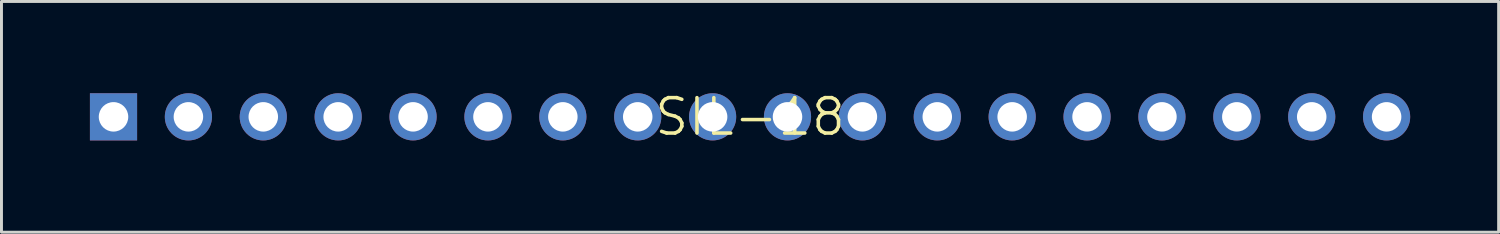
<source format=kicad_pcb>
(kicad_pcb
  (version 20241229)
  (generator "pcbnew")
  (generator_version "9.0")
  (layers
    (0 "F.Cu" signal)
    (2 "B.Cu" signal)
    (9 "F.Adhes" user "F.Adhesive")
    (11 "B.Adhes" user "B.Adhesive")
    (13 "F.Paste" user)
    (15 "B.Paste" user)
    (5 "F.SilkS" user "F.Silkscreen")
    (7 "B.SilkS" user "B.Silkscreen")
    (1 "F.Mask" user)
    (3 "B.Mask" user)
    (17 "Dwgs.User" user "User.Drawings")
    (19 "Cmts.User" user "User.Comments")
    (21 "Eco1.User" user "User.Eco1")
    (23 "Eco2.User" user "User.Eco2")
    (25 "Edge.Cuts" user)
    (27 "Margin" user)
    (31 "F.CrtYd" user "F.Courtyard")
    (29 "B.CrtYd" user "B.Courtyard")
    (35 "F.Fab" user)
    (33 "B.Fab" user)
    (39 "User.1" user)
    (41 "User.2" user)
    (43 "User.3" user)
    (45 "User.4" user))
  (footprint "SIL-18"
    (layer "F.Cu")
    (at 22.39 0.913)
    (property "Reference" "SIL-18" (at 0 0 0) (layer "F.SilkS") (effects (font (size 1.2 1.2) (thickness 0.12))))
    (attr through_hole)
    (pad "1" thru_hole rect (at -21.59 0) (size 1.6 1.6) (drill 1) (layers "*.Cu" "*.Mask"))
    (pad "2" thru_hole circle (at -19.05 0) (size 1.6 1.6) (drill 1) (layers "*.Cu" "*.Mask"))
    (pad "3" thru_hole circle (at -16.51 0) (size 1.6 1.6) (drill 1) (layers "*.Cu" "*.Mask"))
    (pad "4" thru_hole circle (at -13.97 0) (size 1.6 1.6) (drill 1) (layers "*.Cu" "*.Mask"))
    (pad "5" thru_hole circle (at -11.43 0) (size 1.6 1.6) (drill 1) (layers "*.Cu" "*.Mask"))
    (pad "6" thru_hole circle (at -8.89 0) (size 1.6 1.6) (drill 1) (layers "*.Cu" "*.Mask"))
    (pad "7" thru_hole circle (at -6.35 0) (size 1.6 1.6) (drill 1) (layers "*.Cu" "*.Mask"))
    (pad "8" thru_hole circle (at -3.81 0) (size 1.6 1.6) (drill 1) (layers "*.Cu" "*.Mask"))
    (pad "9" thru_hole circle (at -1.27 0) (size 1.6 1.6) (drill 1) (layers "*.Cu" "*.Mask"))
    (pad "10" thru_hole circle (at 1.27 0) (size 1.6 1.6) (drill 1) (layers "*.Cu" "*.Mask"))
    (pad "11" thru_hole circle (at 3.81 0) (size 1.6 1.6) (drill 1) (layers "*.Cu" "*.Mask"))
    (pad "12" thru_hole circle (at 6.35 0) (size 1.6 1.6) (drill 1) (layers "*.Cu" "*.Mask"))
    (pad "13" thru_hole circle (at 8.89 0) (size 1.6 1.6) (drill 1) (layers "*.Cu" "*.Mask"))
    (pad "14" thru_hole circle (at 11.43 0) (size 1.6 1.6) (drill 1) (layers "*.Cu" "*.Mask"))
    (pad "15" thru_hole circle (at 13.97 0) (size 1.6 1.6) (drill 1) (layers "*.Cu" "*.Mask"))
    (pad "16" thru_hole circle (at 16.51 0) (size 1.6 1.6) (drill 1) (layers "*.Cu" "*.Mask"))
    (pad "17" thru_hole circle (at 19.05 0) (size 1.6 1.6) (drill 1) (layers "*.Cu" "*.Mask"))
    (pad "18" thru_hole circle (at 21.59 0) (size 1.6 1.6) (drill 1) (layers "*.Cu" "*.Mask")))
  (gr_rect
    (start -3 -3)
    (end 47.78 4.825)
    (stroke (width 0.1) (type default))
    (fill no)
    (layer "Edge.Cuts")))
</source>
